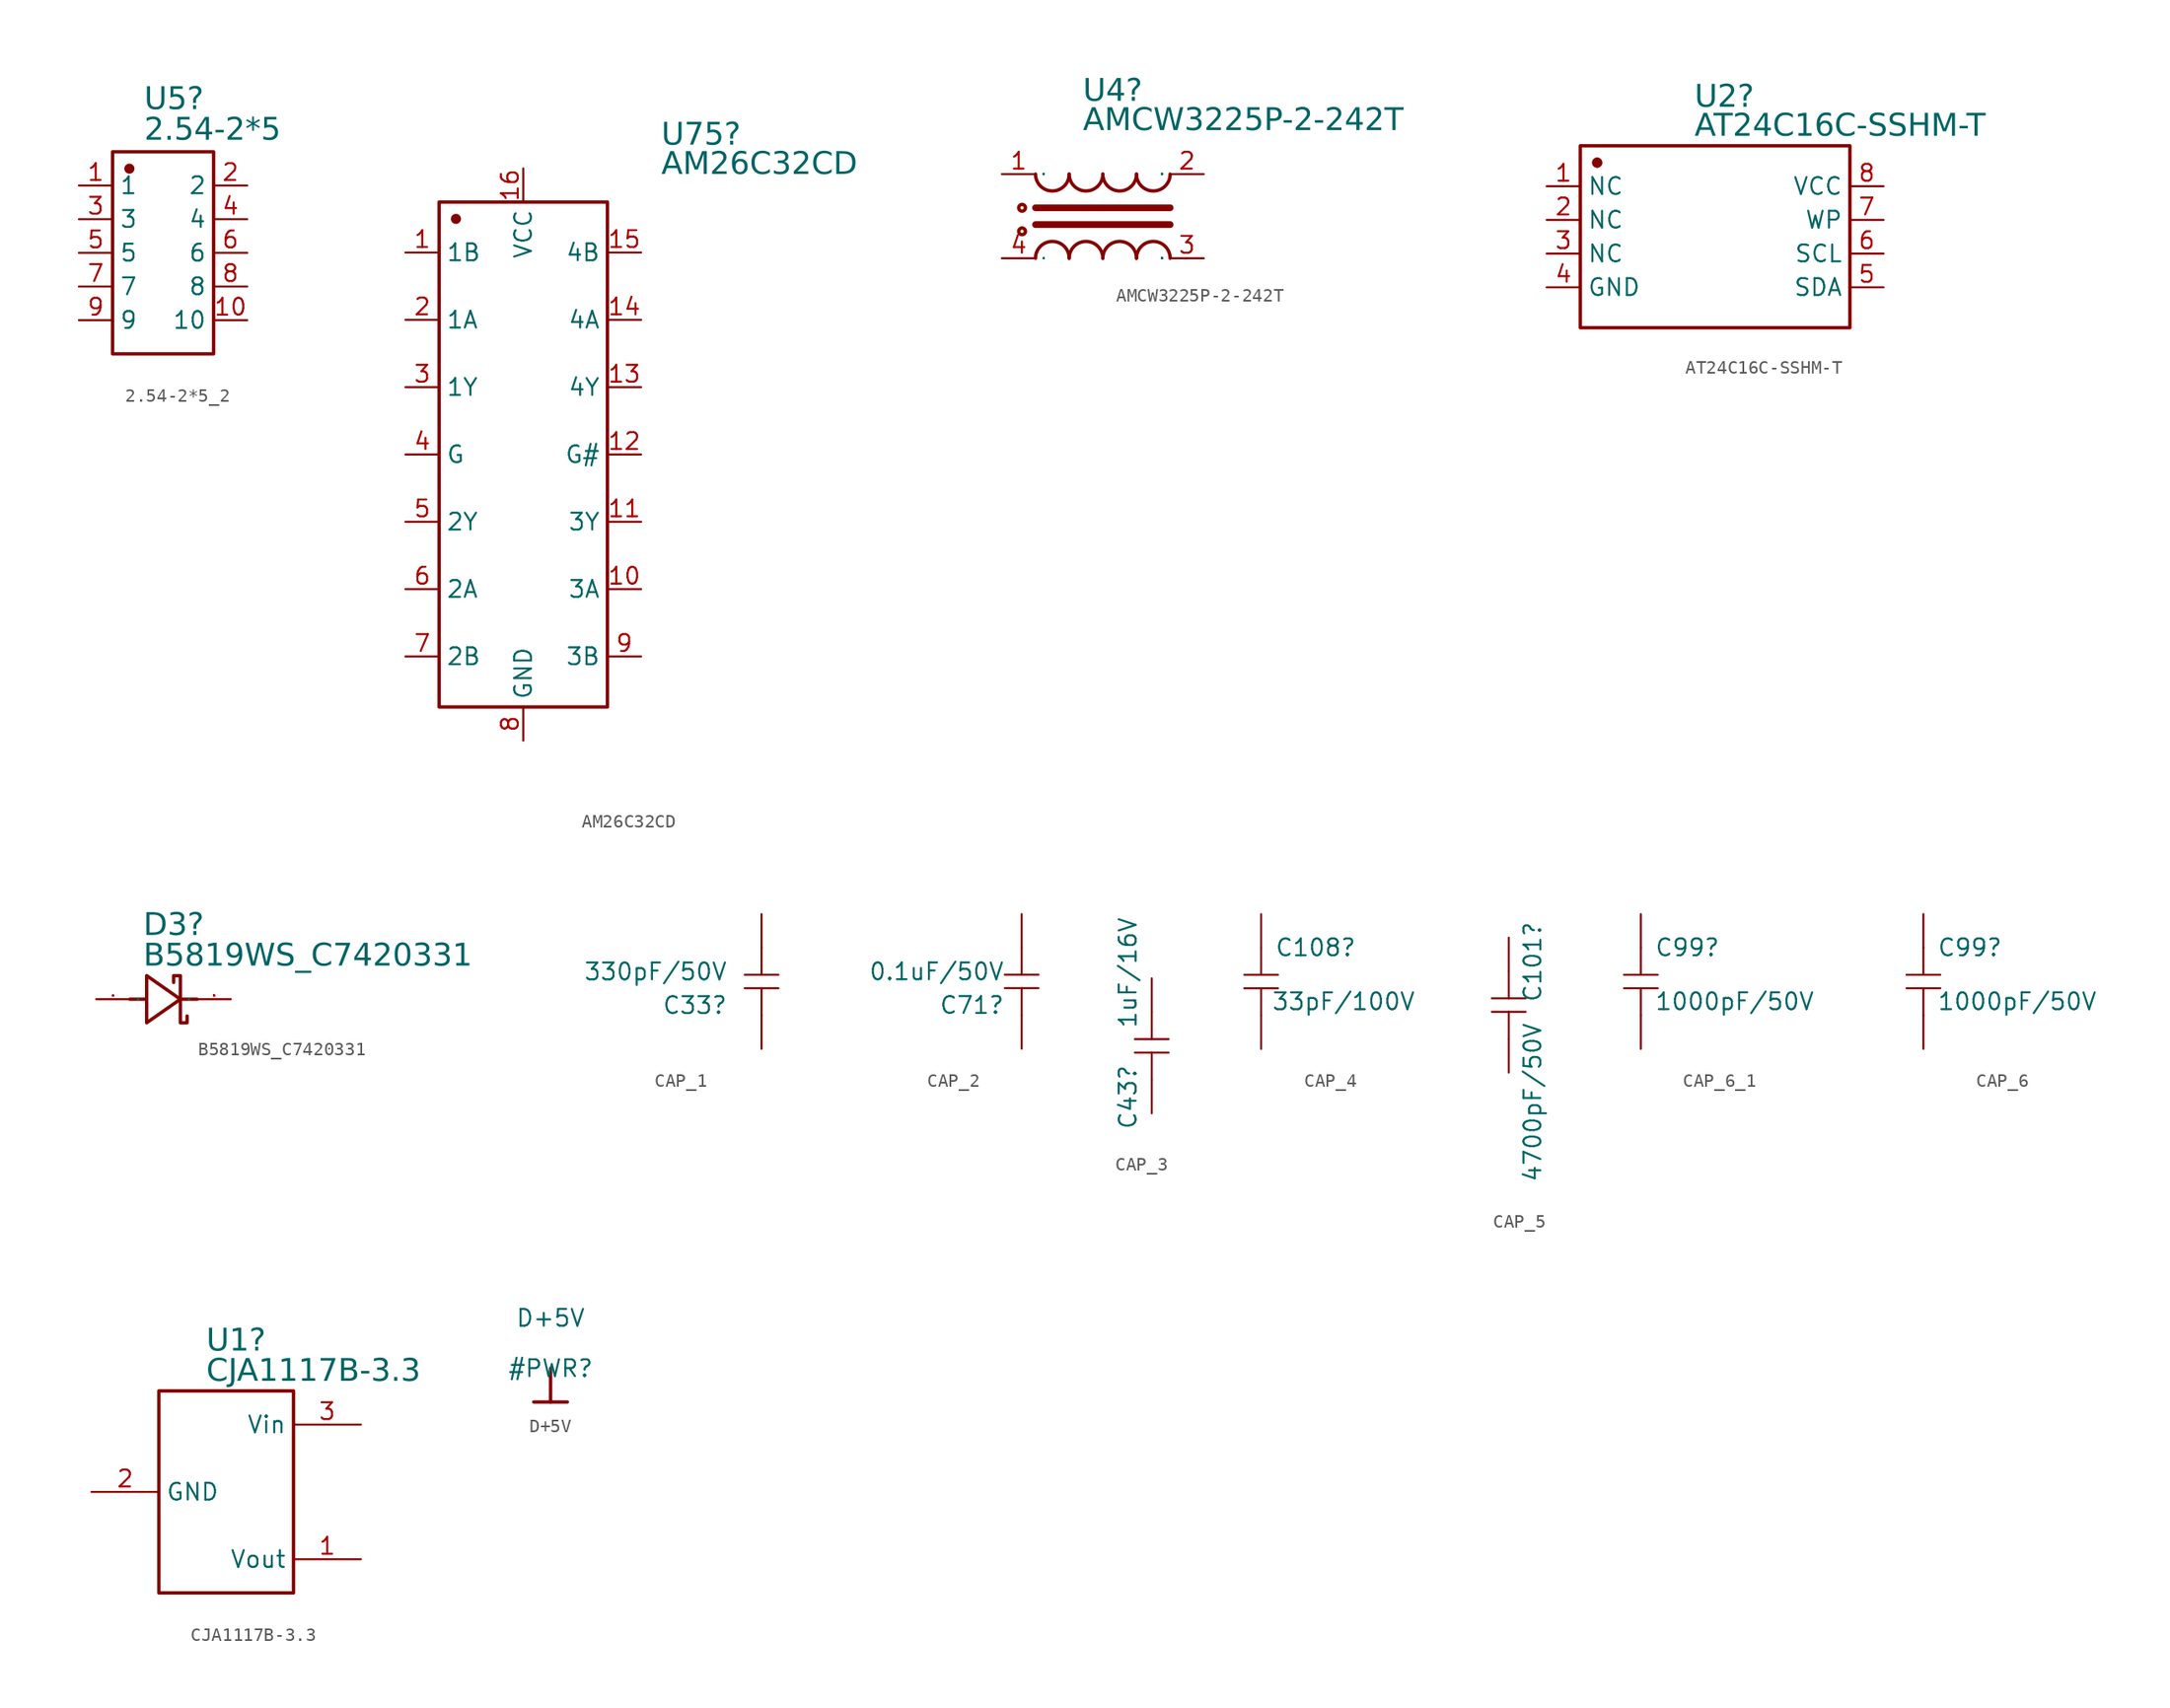
<source format=kicad_sym>
(kicad_symbol_lib
  (version 20241209)
  (generator "kicad_symbol_editor")
  (generator_version "9.0")
  (symbol "2.54-2*5_2"
    (property "Reference" "U5"
      (at -1.422 12.535 0)
      (effects (font (face "Arial") (size 1.689 1.689)) (justify left top)))
    (property "Value" "2.54-2*5"
      (at -1.422 10.223 0)
      (effects (font (face "Arial") (size 1.689 1.689)) (justify left top)))
    (symbol "2.54-2*5_2_0_0"
      (rectangle (start -3.81 7.62) (end 3.81 -7.62) (stroke (width 0.254) (type solid)) (fill (type none)))
      (circle (center -2.54 6.35) (radius 0.254) (stroke (width 0.254) (type solid)) (fill (type outline)))
      (pin passive line (at -6.35 5.08 0) (length 2.54) (name "1" (effects (font (size 1.27 1.27)))) (number "1" (effects (font (size 1.27 1.27)))))
      (pin passive line (at -6.35 2.54 0) (length 2.54) (name "3" (effects (font (size 1.27 1.27)))) (number "3" (effects (font (size 1.27 1.27)))))
      (pin passive line (at -6.35 0 0) (length 2.54) (name "5" (effects (font (size 1.27 1.27)))) (number "5" (effects (font (size 1.27 1.27)))))
      (pin passive line (at -6.35 -2.54 0) (length 2.54) (name "7" (effects (font (size 1.27 1.27)))) (number "7" (effects (font (size 1.27 1.27)))))
      (pin passive line (at -6.35 -5.08 0) (length 2.54) (name "9" (effects (font (size 1.27 1.27)))) (number "9" (effects (font (size 1.27 1.27)))))
      (pin passive line (at 6.35 5.08 180) (length 2.54) (name "2" (effects (font (size 1.27 1.27)))) (number "2" (effects (font (size 1.27 1.27)))))
      (pin passive line (at 6.35 2.54 180) (length 2.54) (name "4" (effects (font (size 1.27 1.27)))) (number "4" (effects (font (size 1.27 1.27)))))
      (pin passive line (at 6.35 0 180) (length 2.54) (name "6" (effects (font (size 1.27 1.27)))) (number "6" (effects (font (size 1.27 1.27)))))
      (pin passive line (at 6.35 -2.54 180) (length 2.54) (name "8" (effects (font (size 1.27 1.27)))) (number "8" (effects (font (size 1.27 1.27)))))
      (pin passive line (at 6.35 -5.08 180) (length 2.54) (name "10" (effects (font (size 1.27 1.27)))) (number "10" (effects (font (size 1.27 1.27)))))))
  (symbol "AM26C32CD"
    (property "Reference" "U75"
      (at 10.414 17.45 0)
      (effects (font (face "Arial") (size 1.689 1.689)) (justify left top)))
    (property "Value" "AM26C32CD"
      (at 10.414 15.24 0)
      (effects (font (face "Arial") (size 1.689 1.689)) (justify left top)))
    (symbol "AM26C32CD_0_0"
      (rectangle (start -6.35 11.43) (end 6.35 -26.67) (stroke (width 0.254) (type solid)) (fill (type none)))
      (circle (center -5.08 10.16) (radius 0.254) (stroke (width 0.254) (type solid)) (fill (type outline)))
      (pin input line (at -8.89 2.54 0) (length 2.54) (name "1A" (effects (font (size 1.27 1.27)))) (number "2" (effects (font (size 1.27 1.27)))))
      (pin output line (at -8.89 -2.54 0) (length 2.54) (name "1Y" (effects (font (size 1.27 1.27)))) (number "3" (effects (font (size 1.27 1.27)))))
      (pin passive line (at -8.89 -7.62 0) (length 2.54) (name "G" (effects (font (size 1.27 1.27)))) (number "4" (effects (font (size 1.27 1.27)))))
      (pin output line (at -8.89 -12.7 0) (length 2.54) (name "2Y" (effects (font (size 1.27 1.27)))) (number "5" (effects (font (size 1.27 1.27)))))
      (pin input line (at -8.89 -17.78 0) (length 2.54) (name "2A" (effects (font (size 1.27 1.27)))) (number "6" (effects (font (size 1.27 1.27)))))
      (pin input line (at -8.89 -22.86 0) (length 2.54) (name "2B" (effects (font (size 1.27 1.27)))) (number "7" (effects (font (size 1.27 1.27)))))
      (pin power_in line (at 0 13.97 270) (length 2.54) (name "VCC" (effects (font (size 1.27 1.27)))) (number "16" (effects (font (size 1.27 1.27)))))
      (pin power_in line (at 0 -29.21 90) (length 2.54) (name "GND" (effects (font (size 1.27 1.27)))) (number "8" (effects (font (size 1.27 1.27)))))
      (pin input line (at 8.89 7.62 180) (length 2.54) (name "4B" (effects (font (size 1.27 1.27)))) (number "15" (effects (font (size 1.27 1.27)))))
      (pin input line (at 8.89 2.54 180) (length 2.54) (name "4A" (effects (font (size 1.27 1.27)))) (number "14" (effects (font (size 1.27 1.27)))))
      (pin output line (at 8.89 -2.54 180) (length 2.54) (name "4Y" (effects (font (size 1.27 1.27)))) (number "13" (effects (font (size 1.27 1.27)))))
      (pin passive line (at 8.89 -7.62 180) (length 2.54) (name "G#" (effects (font (size 1.27 1.27)))) (number "12" (effects (font (size 1.27 1.27)))))
      (pin output line (at 8.89 -12.7 180) (length 2.54) (name "3Y" (effects (font (size 1.27 1.27)))) (number "11" (effects (font (size 1.27 1.27)))))
      (pin input line (at 8.89 -17.78 180) (length 2.54) (name "3A" (effects (font (size 1.27 1.27)))) (number "10" (effects (font (size 1.27 1.27)))))
      (pin input line (at 8.89 -22.86 180) (length 2.54) (name "3B" (effects (font (size 1.27 1.27)))) (number "9" (effects (font (size 1.27 1.27))))))
    (symbol "AM26C32CD_1_0"
      (pin input line (at -8.89 7.62 0) (length 2.54) (name "1B" (effects (font (size 1.27 1.27)))) (number "1" (effects (font (size 1.27 1.27)))))))
  (symbol "AMCW3225P-2-242T"
    (property "Reference" "U4"
      (at -1.499 9.766 0)
      (effects (font (face "Arial") (size 1.689 1.689)) (justify left top)))
    (property "Value" "AMCW3225P-2-242T"
      (at -1.499 7.556 0)
      (effects (font (face "Arial") (size 1.689 1.689)) (justify left top)))
    (symbol "AMCW3225P-2-242T_0_0"
      (circle (center -6.096 0) (radius 0.254) (stroke (width 0.254) (type solid)) (fill (type background)))
      (circle (center -6.096 -1.778) (radius 0.254) (stroke (width 0.254) (type solid)) (fill (type background)))
      (polyline (pts (xy -5.08 0) (xy 5.08 0)) (stroke (width 0.508) (type solid)) (fill (type none)))
      (polyline (pts (xy -5.08 -1.27) (xy 5.08 -1.27)) (stroke (width 0.508) (type solid)) (fill (type none)))
      (arc (start -2.54 2.54) (mid -3.81 1.27) (end -5.08 2.54) (stroke (width 0.254) (type solid)) (fill (type none)))
      (arc (start -5.08 -3.81) (mid -3.81 -2.54) (end -2.54 -3.81) (stroke (width 0.254) (type solid)) (fill (type none)))
      (arc (start 0 2.54) (mid -1.27 1.27) (end -2.54 2.54) (stroke (width 0.254) (type solid)) (fill (type none)))
      (arc (start -2.54 -3.81) (mid -1.27 -2.54) (end 0 -3.81) (stroke (width 0.254) (type solid)) (fill (type none)))
      (arc (start 2.54 2.54) (mid 1.27 1.27) (end 0 2.54) (stroke (width 0.254) (type solid)) (fill (type none)))
      (arc (start 0 -3.81) (mid 1.27 -2.54) (end 2.54 -3.81) (stroke (width 0.254) (type solid)) (fill (type none)))
      (arc (start 5.08 2.54) (mid 3.81 1.27) (end 2.54 2.54) (stroke (width 0.254) (type solid)) (fill (type none)))
      (arc (start 2.54 -3.81) (mid 3.81 -2.54) (end 5.08 -3.81) (stroke (width 0.254) (type solid)) (fill (type none)))
      (pin passive line (at -7.62 2.54 0) (length 2.54) (name "1" (effects (font (size 0.025 0.025)))) (number "1" (effects (font (size 1.27 1.27)))))
      (pin passive line (at -7.62 -3.81 0) (length 2.54) (name "4" (effects (font (size 0.025 0.025)))) (number "4" (effects (font (size 1.27 1.27)))))
      (pin passive line (at 7.62 2.54 180) (length 2.54) (name "2" (effects (font (size 0.025 0.025)))) (number "2" (effects (font (size 1.27 1.27)))))
      (pin passive line (at 7.62 -3.81 180) (length 2.54) (name "3" (effects (font (size 0.025 0.025)))) (number "3" (effects (font (size 1.27 1.27)))))))
  (symbol "AT24C16C-SSHM-T"
    (property "Reference" "U2"
      (at -1.549 11.493 0)
      (effects (font (face "Arial") (size 1.689 1.689)) (justify left top)))
    (property "Value" "AT24C16C-SSHM-T"
      (at -1.549 9.309 0)
      (effects (font (face "Arial") (size 1.689 1.689)) (justify left top)))
    (symbol "AT24C16C-SSHM-T_0_0"
      (rectangle (start -10.16 6.858) (end 10.16 -6.858) (stroke (width 0.254) (type solid)) (fill (type none)))
      (circle (center -8.89 5.588) (radius 0.254) (stroke (width 0.254) (type solid)) (fill (type outline)))
      (circle (center -8.89 5.588) (radius 0.254) (stroke (width 0.254) (type solid)) (fill (type outline)))
      (pin free line (at -12.7 1.27 0) (length 2.54) (name "NC" (effects (font (size 1.27 1.27)))) (number "2" (effects (font (size 1.27 1.27)))))
      (pin free line (at -12.7 -1.27 0) (length 2.54) (name "NC" (effects (font (size 1.27 1.27)))) (number "3" (effects (font (size 1.27 1.27)))))
      (pin power_in line (at -12.7 -3.81 0) (length 2.54) (name "GND" (effects (font (size 1.27 1.27)))) (number "4" (effects (font (size 1.27 1.27)))))
      (pin power_in line (at 12.7 1.27 180) (length 2.54) (name "WP" (effects (font (size 1.27 1.27)))) (number "7" (effects (font (size 1.27 1.27)))))
      (pin bidirectional line (at 12.7 -1.27 180) (length 2.54) (name "SCL" (effects (font (size 1.27 1.27)))) (number "6" (effects (font (size 1.27 1.27)))))
      (pin bidirectional line (at 12.7 -3.81 180) (length 2.54) (name "SDA" (effects (font (size 1.27 1.27)))) (number "5" (effects (font (size 1.27 1.27))))))
    (symbol "AT24C16C-SSHM-T_1_0"
      (pin free line (at -12.7 3.81 0) (length 2.54) (name "NC" (effects (font (size 1.27 1.27)))) (number "1" (effects (font (size 1.27 1.27)))))
      (pin passive line (at 12.7 3.81 180) (length 2.54) (name "VCC" (effects (font (size 1.27 1.27)))) (number "8" (effects (font (size 1.27 1.27)))))))
  (symbol "B5819WS_C7420331"
    (property "Reference" "D3"
      (at -1.524 6.54 0)
      (effects (font (face "Arial") (size 1.689 1.689)) (justify left top)))
    (property "Value" "B5819WS_C7420331"
      (at -1.524 4.229 0)
      (effects (font (face "Arial") (size 1.689 1.689)) (justify left top)))
    (symbol "B5819WS_C7420331_0_0"
      (polyline (pts (xy -2.54 0) (xy -1.27 0)) (stroke (width 0.254) (type solid)) (fill (type none)))
      (polyline (pts (xy -1.27 -1.778) (xy 1.27 0) (xy -1.27 1.778) (xy -1.27 -1.778)) (stroke (width 0.254) (type solid)) (fill (type none)))
      (polyline (pts (xy 1.27 0) (xy 2.54 0)) (stroke (width 0.254) (type solid)) (fill (type none)))
      (polyline (pts (xy 1.778 -1.27) (xy 1.778 -1.778) (xy 1.27 -1.778) (xy 1.27 1.778) (xy 0.762 1.778) (xy 0.762 1.27)) (stroke (width 0.254) (type solid)) (fill (type none)))
      (pin passive line (at -5.08 0 0) (length 2.54) (name "A" (effects (font (size 0.025 0.025)))) (number "1" (effects (font (size 0.025 0.025)))))
      (pin passive line (at 5.08 0 180) (length 2.54) (name "K" (effects (font (size 0.025 0.025)))) (number "2" (effects (font (size 0.025 0.025)))))))
  (symbol "CAP_1"
    (pin_numbers
      (hide yes))
    (pin_names
      (hide yes))
    (property "Reference" "C33"
      (at 0 -5.08 0)
      (effects (font (size 1.27 1.27)) (justify right bottom)))
    (property "Value" "330pF/50V"
      (at 0 -2.54 0)
      (effects (font (size 1.27 1.27)) (justify right bottom)))
    (symbol "CAP_1_1_0"
      (polyline (pts (xy 1.27 -2.032) (xy 3.81 -2.032)) (stroke (width 0) (type default)) (fill (type none)))
      (polyline (pts (xy 1.27 -3.048) (xy 3.81 -3.048)) (stroke (width 0) (type default)) (fill (type none)))
      (polyline (pts (xy 2.54 0) (xy 2.54 -2.032)) (stroke (width 0) (type default)) (fill (type none)))
      (polyline (pts (xy 2.54 -3.048) (xy 2.54 -5.08)) (stroke (width 0) (type default)) (fill (type none)))
      (pin passive line (at 2.54 2.54 270) (length 2.54) (name "2" (effects (font (size 1.27 1.27)))) (number "2" (effects (font (size 1.27 1.27)))))
      (pin passive line (at 2.54 -7.62 90) (length 2.54) (name "1" (effects (font (size 1.27 1.27)))) (number "1" (effects (font (size 1.27 1.27)))))))
  (symbol "CAP_2"
    (pin_numbers
      (hide yes))
    (pin_names
      (hide yes))
    (property "Reference" "C71"
      (at 1.27 -5.08 0)
      (effects (font (size 1.27 1.27)) (justify right bottom)))
    (property "Value" "0.1uF/50V"
      (at 1.27 -2.54 0)
      (effects (font (size 1.27 1.27)) (justify right bottom)))
    (symbol "CAP_2_1_0"
      (polyline (pts (xy 1.27 -2.032) (xy 3.81 -2.032)) (stroke (width 0) (type default)) (fill (type none)))
      (polyline (pts (xy 1.27 -3.048) (xy 3.81 -3.048)) (stroke (width 0) (type default)) (fill (type none)))
      (polyline (pts (xy 2.54 0) (xy 2.54 -2.032)) (stroke (width 0) (type default)) (fill (type none)))
      (polyline (pts (xy 2.54 -3.048) (xy 2.54 -5.08)) (stroke (width 0) (type default)) (fill (type none)))
      (pin passive line (at 2.54 2.54 270) (length 2.54) (name "2" (effects (font (size 1.27 1.27)))) (number "2" (effects (font (size 1.27 1.27)))))
      (pin passive line (at 2.54 -7.62 90) (length 2.54) (name "1" (effects (font (size 1.27 1.27)))) (number "1" (effects (font (size 1.27 1.27)))))))
  (symbol "CAP_3"
    (pin_numbers
      (hide yes))
    (pin_names
      (hide yes))
    (property "Reference" "C43"
      (at 0 -8.89 90)
      (effects (font (size 1.27 1.27)) (justify left top)))
    (property "Value" "1uF/16V"
      (at 0 -1.27 90)
      (effects (font (size 1.27 1.27)) (justify left top)))
    (symbol "CAP_3_1_0"
      (polyline (pts (xy 1.27 -2.032) (xy 3.81 -2.032)) (stroke (width 0) (type default)) (fill (type none)))
      (polyline (pts (xy 1.27 -3.048) (xy 3.81 -3.048)) (stroke (width 0) (type default)) (fill (type none)))
      (polyline (pts (xy 2.54 0) (xy 2.54 -2.032)) (stroke (width 0) (type default)) (fill (type none)))
      (polyline (pts (xy 2.54 -3.048) (xy 2.54 -5.08)) (stroke (width 0) (type default)) (fill (type none)))
      (pin passive line (at 2.54 2.54 270) (length 2.54) (name "2" (effects (font (size 1.27 1.27)))) (number "2" (effects (font (size 1.27 1.27)))))
      (pin passive line (at 2.54 -7.62 90) (length 2.54) (name "1" (effects (font (size 1.27 1.27)))) (number "1" (effects (font (size 1.27 1.27)))))))
  (symbol "CAP_4"
    (pin_numbers
      (hide yes))
    (pin_names
      (hide yes))
    (property "Reference" "C108"
      (at 3.556 0.762 0)
      (effects (font (size 1.27 1.27)) (justify left top)))
    (property "Value" "33pF/100V"
      (at 3.302 -3.302 0)
      (effects (font (size 1.27 1.27)) (justify left top)))
    (symbol "CAP_4_1_0"
      (polyline (pts (xy 1.27 -2.032) (xy 3.81 -2.032)) (stroke (width 0) (type default)) (fill (type none)))
      (polyline (pts (xy 1.27 -3.048) (xy 3.81 -3.048)) (stroke (width 0) (type default)) (fill (type none)))
      (polyline (pts (xy 2.54 0) (xy 2.54 -2.032)) (stroke (width 0) (type default)) (fill (type none)))
      (polyline (pts (xy 2.54 -3.048) (xy 2.54 -5.08)) (stroke (width 0) (type default)) (fill (type none)))
      (pin passive line (at 2.54 2.54 270) (length 2.54) (name "2" (effects (font (size 1.27 1.27)))) (number "2" (effects (font (size 1.27 1.27)))))
      (pin passive line (at 2.54 -7.62 90) (length 2.54) (name "1" (effects (font (size 1.27 1.27)))) (number "1" (effects (font (size 1.27 1.27)))))))
  (symbol "CAP_5"
    (pin_numbers
      (hide yes))
    (pin_names
      (hide yes))
    (property "Reference" "C101"
      (at 5.08 3.81 90)
      (effects (font (size 1.27 1.27)) (justify right bottom)))
    (property "Value" "4700pF/50V"
      (at 5.08 -3.81 90)
      (effects (font (size 1.27 1.27)) (justify right bottom)))
    (symbol "CAP_5_1_0"
      (polyline (pts (xy 1.27 -2.032) (xy 3.81 -2.032)) (stroke (width 0) (type default)) (fill (type none)))
      (polyline (pts (xy 1.27 -3.048) (xy 3.81 -3.048)) (stroke (width 0) (type default)) (fill (type none)))
      (polyline (pts (xy 2.54 0) (xy 2.54 -2.032)) (stroke (width 0) (type default)) (fill (type none)))
      (polyline (pts (xy 2.54 -3.048) (xy 2.54 -5.08)) (stroke (width 0) (type default)) (fill (type none)))
      (pin passive line (at 2.54 2.54 270) (length 2.54) (name "2" (effects (font (size 1.27 1.27)))) (number "2" (effects (font (size 1.27 1.27)))))
      (pin passive line (at 2.54 -7.62 90) (length 2.54) (name "1" (effects (font (size 1.27 1.27)))) (number "1" (effects (font (size 1.27 1.27)))))))
  (symbol "CAP_6_1"
    (pin_numbers
      (hide yes))
    (pin_names
      (hide yes))
    (property "Reference" "C99"
      (at 3.556 0.762 0)
      (effects (font (size 1.27 1.27)) (justify left top)))
    (property "Value" "1000pF/50V"
      (at 3.556 -3.302 0)
      (effects (font (size 1.27 1.27)) (justify left top)))
    (symbol "CAP_6_1_1_0"
      (polyline (pts (xy 1.27 -2.032) (xy 3.81 -2.032)) (stroke (width 0) (type default)) (fill (type none)))
      (polyline (pts (xy 1.27 -3.048) (xy 3.81 -3.048)) (stroke (width 0) (type default)) (fill (type none)))
      (polyline (pts (xy 2.54 0) (xy 2.54 -2.032)) (stroke (width 0) (type default)) (fill (type none)))
      (polyline (pts (xy 2.54 -3.048) (xy 2.54 -5.08)) (stroke (width 0) (type default)) (fill (type none)))
      (pin passive line (at 2.54 2.54 270) (length 2.54) (name "2" (effects (font (size 1.27 1.27)))) (number "2" (effects (font (size 1.27 1.27)))))
      (pin passive line (at 2.54 -7.62 90) (length 2.54) (name "1" (effects (font (size 1.27 1.27)))) (number "1" (effects (font (size 1.27 1.27)))))))
  (symbol "CAP_6"
    (pin_numbers
      (hide yes))
    (pin_names
      (hide yes))
    (property "Reference" "C99"
      (at 3.556 0.762 0)
      (effects (font (size 1.27 1.27)) (justify left top)))
    (property "Value" "1000pF/50V"
      (at 3.556 -3.302 0)
      (effects (font (size 1.27 1.27)) (justify left top)))
    (symbol "CAP_6_1_0"
      (polyline (pts (xy 1.27 -2.032) (xy 3.81 -2.032)) (stroke (width 0) (type default)) (fill (type none)))
      (polyline (pts (xy 1.27 -3.048) (xy 3.81 -3.048)) (stroke (width 0) (type default)) (fill (type none)))
      (polyline (pts (xy 2.54 0) (xy 2.54 -2.032)) (stroke (width 0) (type default)) (fill (type none)))
      (polyline (pts (xy 2.54 -3.048) (xy 2.54 -5.08)) (stroke (width 0) (type default)) (fill (type none)))
      (pin passive line (at 2.54 2.54 270) (length 2.54) (name "2" (effects (font (size 1.27 1.27)))) (number "2" (effects (font (size 1.27 1.27)))))
      (pin passive line (at 2.54 -7.62 90) (length 2.54) (name "1" (effects (font (size 1.27 1.27)))) (number "1" (effects (font (size 1.27 1.27)))))))
  (symbol "CJA1117B-3.3"
    (property "Reference" "U1"
      (at -1.499 12.357 0)
      (effects (font (face "Arial") (size 1.689 1.689)) (justify left top)))
    (property "Value" "CJA1117B-3.3"
      (at -1.499 10.071 0)
      (effects (font (face "Arial") (size 1.689 1.689)) (justify left top)))
    (symbol "CJA1117B-3.3_0_0"
      (rectangle (start -5.08 7.62) (end 5.08 -7.62) (stroke (width 0.254) (type solid)) (fill (type none)))
      (pin power_in line (at -10.16 0 0) (length 5.08) (name "GND" (effects (font (size 1.27 1.27)))) (number "2" (effects (font (size 1.27 1.27)))))
      (pin power_in line (at 10.16 5.08 180) (length 5.08) (name "Vin" (effects (font (size 1.27 1.27)))) (number "3" (effects (font (size 1.27 1.27))))))
    (symbol "CJA1117B-3.3_1_0"
      (pin passive line (at 10.16 -5.08 180) (length 5.08) (name "Vout" (effects (font (size 1.27 1.27)))) (number "1" (effects (font (size 1.27 1.27)))))))
  (symbol "D+5V"
    (power)
    (property "Reference" "#PWR"
      (at 0 0 0)
      (effects (font (size 1.27 1.27))))
    (property "Value" "D+5V"
      (at 0 3.81 0)
      (effects (font (size 1.27 1.27))))
    (symbol "D+5V_0_0"
      (polyline (pts (xy -1.27 -2.54) (xy 1.27 -2.54)) (stroke (width 0.254) (type solid)) (fill (type none)))
      (polyline (pts (xy 0 0) (xy 0 -2.54)) (stroke (width 0.254) (type solid)) (fill (type none))))
    (symbol "D+5V_1_0"
      (pin power_in line (at 0 0 0) (length 0) (hide yes) (name "D+5V" (effects (font (size 1.27 1.27)))) (number "" (effects (font (size 1.27 1.27))))))))
</source>
